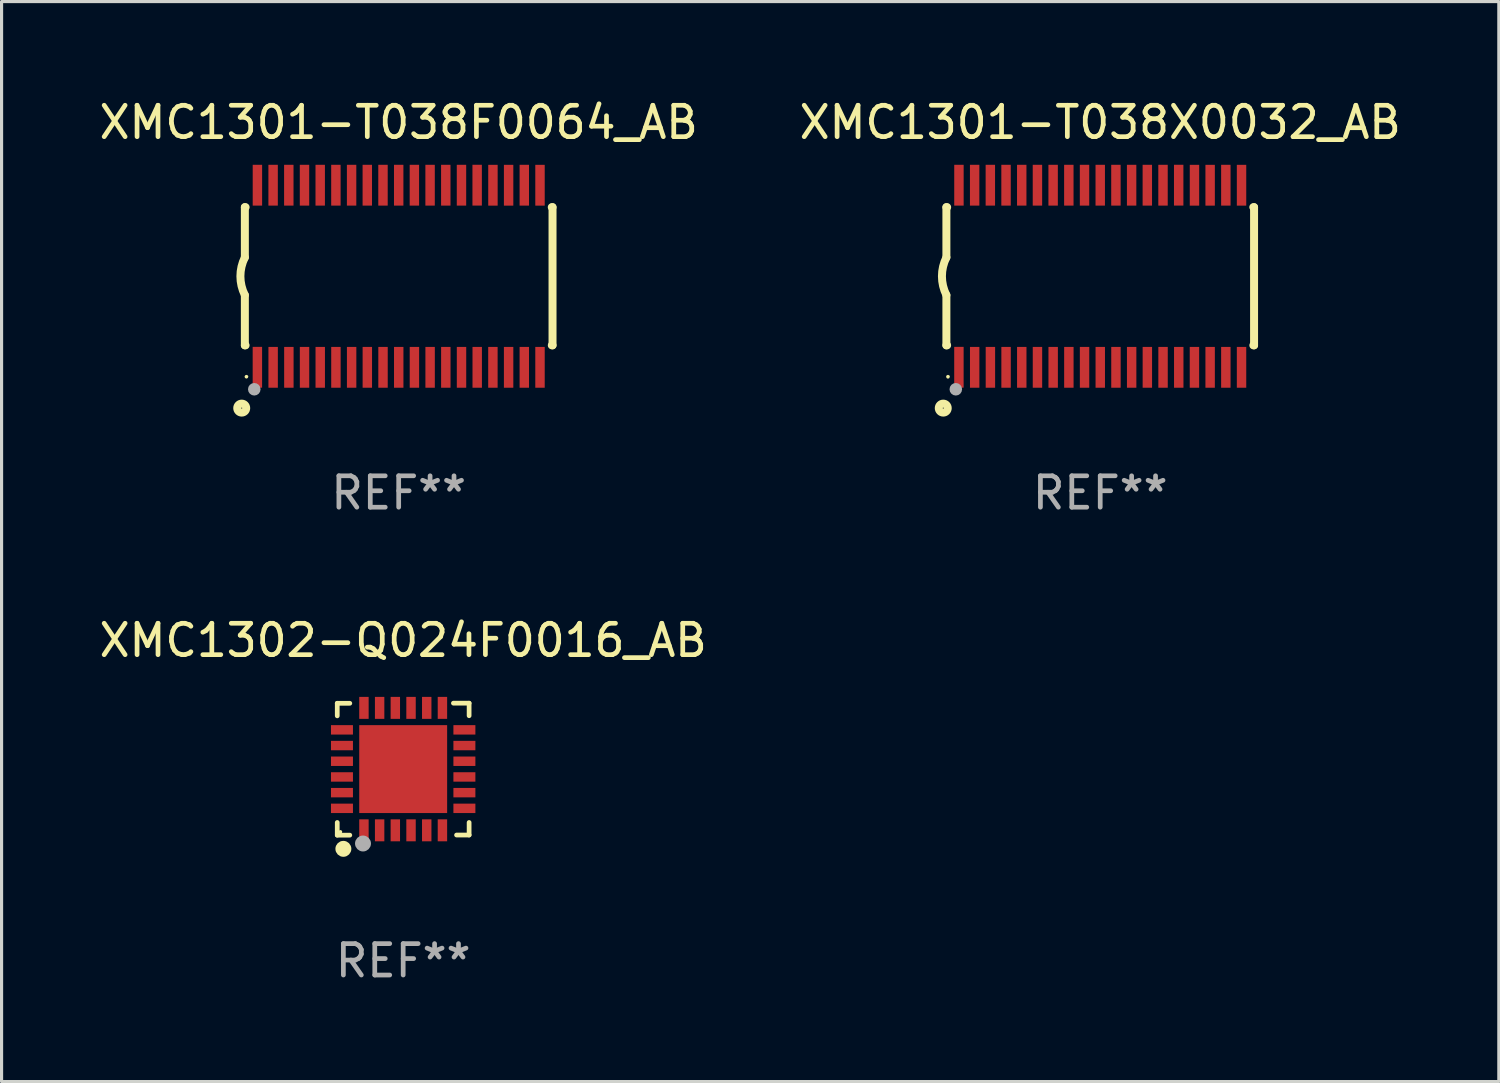
<source format=kicad_pcb>
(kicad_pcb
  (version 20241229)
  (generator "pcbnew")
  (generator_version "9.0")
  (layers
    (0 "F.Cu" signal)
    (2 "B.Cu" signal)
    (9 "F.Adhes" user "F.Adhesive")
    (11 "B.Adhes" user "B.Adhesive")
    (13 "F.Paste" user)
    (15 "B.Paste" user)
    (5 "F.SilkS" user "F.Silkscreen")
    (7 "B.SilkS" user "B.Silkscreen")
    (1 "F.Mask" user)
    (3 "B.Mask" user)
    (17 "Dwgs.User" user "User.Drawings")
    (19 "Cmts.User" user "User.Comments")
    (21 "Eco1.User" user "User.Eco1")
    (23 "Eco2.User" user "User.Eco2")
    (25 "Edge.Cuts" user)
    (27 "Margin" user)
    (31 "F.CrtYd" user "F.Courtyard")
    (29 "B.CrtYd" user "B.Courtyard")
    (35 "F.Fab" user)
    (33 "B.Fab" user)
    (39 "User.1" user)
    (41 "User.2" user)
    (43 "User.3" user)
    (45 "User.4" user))
  (footprint "XMC1301-T038F0064_AB"
    (layer "F.Cu")
    (at 9.649 5.749)
    (property "Reference" "XMC1301-T038F0064_AB" (at 0 -4.901 0) (layer "F.SilkS") (effects (font (size 1 1) (thickness 0.15))))
    (attr through_hole)
    (fp_line (start -4.9 -2.2) (end -4.9 -0.6) (stroke (width 0.254) (type solid)) (layer "F.SilkS"))
    (fp_line (start -4.9 -2.2) (end -4.876 -2.2) (stroke (width 0.254) (type solid)) (layer "F.SilkS"))
    (fp_line (start -4.9 2.2) (end -4.9 0.6) (stroke (width 0.254) (type solid)) (layer "F.SilkS"))
    (fp_line (start -4.9 2.2) (end -4.877 2.2) (stroke (width 0.254) (type solid)) (layer "F.SilkS"))
    (fp_line (start 4.876 -2.2) (end 4.9 -2.2) (stroke (width 0.254) (type solid)) (layer "F.SilkS"))
    (fp_line (start 4.877 2.2) (end 4.9 2.2) (stroke (width 0.254) (type solid)) (layer "F.SilkS"))
    (fp_line (start 4.9 -2.2) (end 4.9 2.2) (stroke (width 0.254) (type solid)) (layer "F.SilkS"))
    (fp_arc (start -4.900051 0.599822) (mid -5.041652 -0.000095) (end -4.9 -0.6) (stroke (width 0.254001) (type solid)) (layer "F.SilkS"))
    (fp_circle (center -5 4.2) (end -4.857 4.2) (stroke (width 0.254) (type solid)) (fill no) (layer "F.SilkS"))
    (fp_circle (center -4.85 3.2) (end -4.82 3.2) (stroke (width 0.06) (type solid)) (fill no) (layer "F.SilkS"))
    (fp_circle (center -4.6 3.6) (end -4.5 3.6) (stroke (width 0.2) (type solid)) (fill no) (layer "F.Fab"))
    (fp_text user "REF**" (at 0 6.901 0) (layer "F.Fab") (effects (font (size 1 1) (thickness 0.15))))
    (pad "1" smd rect (at -4.501 2.899 90) (size 1.3 0.3) (layers "F.Cu" "F.Mask" "F.Paste"))
    (pad "2" smd rect (at -3.999 2.901 90) (size 1.3 0.3) (layers "F.Cu" "F.Mask" "F.Paste"))
    (pad "3" smd rect (at -3.498 2.901 90) (size 1.3 0.3) (layers "F.Cu" "F.Mask" "F.Paste"))
    (pad "4" smd rect (at -2.999 2.901 90) (size 1.3 0.3) (layers "F.Cu" "F.Mask" "F.Paste"))
    (pad "5" smd rect (at -2.499 2.901 90) (size 1.3 0.3) (layers "F.Cu" "F.Mask" "F.Paste"))
    (pad "6" smd rect (at -1.999 2.901 90) (size 1.3 0.3) (layers "F.Cu" "F.Mask" "F.Paste"))
    (pad "7" smd rect (at -1.499 2.901 90) (size 1.3 0.3) (layers "F.Cu" "F.Mask" "F.Paste"))
    (pad "8" smd rect (at -0.999 2.901 90) (size 1.3 0.3) (layers "F.Cu" "F.Mask" "F.Paste"))
    (pad "9" smd rect (at -0.499 2.901 90) (size 1.3 0.3) (layers "F.Cu" "F.Mask" "F.Paste"))
    (pad "10" smd rect (at 0.001 2.901 90) (size 1.3 0.3) (layers "F.Cu" "F.Mask" "F.Paste"))
    (pad "11" smd rect (at 0.501 2.901 90) (size 1.3 0.3) (layers "F.Cu" "F.Mask" "F.Paste"))
    (pad "12" smd rect (at 1.001 2.901 90) (size 1.3 0.3) (layers "F.Cu" "F.Mask" "F.Paste"))
    (pad "13" smd rect (at 1.501 2.901 90) (size 1.3 0.3) (layers "F.Cu" "F.Mask" "F.Paste"))
    (pad "14" smd rect (at 2.001 2.901 90) (size 1.3 0.3) (layers "F.Cu" "F.Mask" "F.Paste"))
    (pad "15" smd rect (at 2.501 2.901 90) (size 1.3 0.3) (layers "F.Cu" "F.Mask" "F.Paste"))
    (pad "16" smd rect (at 3.001 2.901 90) (size 1.3 0.3) (layers "F.Cu" "F.Mask" "F.Paste"))
    (pad "17" smd rect (at 3.501 2.901 90) (size 1.3 0.3) (layers "F.Cu" "F.Mask" "F.Paste"))
    (pad "18" smd rect (at 4.001 2.901 90) (size 1.3 0.3) (layers "F.Cu" "F.Mask" "F.Paste"))
    (pad "19" smd rect (at 4.501 2.901 90) (size 1.3 0.3) (layers "F.Cu" "F.Mask" "F.Paste"))
    (pad "20" smd rect (at 4.501 -2.899 90) (size 1.3 0.3) (layers "F.Cu" "F.Mask" "F.Paste"))
    (pad "21" smd rect (at 4.001 -2.9 90) (size 1.3 0.3) (layers "F.Cu" "F.Mask" "F.Paste"))
    (pad "22" smd rect (at 3.501 -2.899 90) (size 1.3 0.3) (layers "F.Cu" "F.Mask" "F.Paste"))
    (pad "23" smd rect (at 3.002 -2.899 90) (size 1.3 0.3) (layers "F.Cu" "F.Mask" "F.Paste"))
    (pad "24" smd rect (at 2.499 -2.901 90) (size 1.3 0.3) (layers "F.Cu" "F.Mask" "F.Paste"))
    (pad "25" smd rect (at 2 -2.9 90) (size 1.3 0.3) (layers "F.Cu" "F.Mask" "F.Paste"))
    (pad "26" smd rect (at 1.5 -2.9 90) (size 1.3 0.3) (layers "F.Cu" "F.Mask" "F.Paste"))
    (pad "27" smd rect (at 1 -2.9 90) (size 1.3 0.3) (layers "F.Cu" "F.Mask" "F.Paste"))
    (pad "28" smd rect (at 0.5 -2.9 90) (size 1.3 0.3) (layers "F.Cu" "F.Mask" "F.Paste"))
    (pad "29" smd rect (at 0.000127 -2.9 90) (size 1.3 0.3) (layers "F.Cu" "F.Mask" "F.Paste"))
    (pad "30" smd rect (at -0.5 -2.9 90) (size 1.3 0.3) (layers "F.Cu" "F.Mask" "F.Paste"))
    (pad "31" smd rect (at -1 -2.9 90) (size 1.3 0.3) (layers "F.Cu" "F.Mask" "F.Paste"))
    (pad "32" smd rect (at -1.5 -2.9 90) (size 1.3 0.3) (layers "F.Cu" "F.Mask" "F.Paste"))
    (pad "33" smd rect (at -2 -2.9 90) (size 1.3 0.3) (layers "F.Cu" "F.Mask" "F.Paste"))
    (pad "34" smd rect (at -2.5 -2.9 90) (size 1.3 0.3) (layers "F.Cu" "F.Mask" "F.Paste"))
    (pad "35" smd rect (at -3 -2.9 90) (size 1.3 0.3) (layers "F.Cu" "F.Mask" "F.Paste"))
    (pad "36" smd rect (at -3.5 -2.9 90) (size 1.3 0.3) (layers "F.Cu" "F.Mask" "F.Paste"))
    (pad "37" smd rect (at -4 -2.9 90) (size 1.3 0.3) (layers "F.Cu" "F.Mask" "F.Paste"))
    (pad "38" smd rect (at -4.5 -2.9 90) (size 1.3 0.3) (layers "F.Cu" "F.Mask" "F.Paste")))
  (footprint "XMC1301-T038X0032_AB"
    (layer "F.Cu")
    (at 31.994 5.749)
    (property "Reference" "XMC1301-T038X0032_AB" (at 0 -4.901 0) (layer "F.SilkS") (effects (font (size 1 1) (thickness 0.15))))
    (attr through_hole)
    (fp_line (start -4.9 -2.2) (end -4.9 -0.6) (stroke (width 0.254) (type solid)) (layer "F.SilkS"))
    (fp_line (start -4.9 -2.2) (end -4.876 -2.2) (stroke (width 0.254) (type solid)) (layer "F.SilkS"))
    (fp_line (start -4.9 2.2) (end -4.9 0.6) (stroke (width 0.254) (type solid)) (layer "F.SilkS"))
    (fp_line (start -4.9 2.2) (end -4.877 2.2) (stroke (width 0.254) (type solid)) (layer "F.SilkS"))
    (fp_line (start 4.876 -2.2) (end 4.9 -2.2) (stroke (width 0.254) (type solid)) (layer "F.SilkS"))
    (fp_line (start 4.877 2.2) (end 4.9 2.2) (stroke (width 0.254) (type solid)) (layer "F.SilkS"))
    (fp_line (start 4.9 -2.2) (end 4.9 2.2) (stroke (width 0.254) (type solid)) (layer "F.SilkS"))
    (fp_arc (start -4.900051 0.599822) (mid -5.041652 -0.000095) (end -4.9 -0.6) (stroke (width 0.254001) (type solid)) (layer "F.SilkS"))
    (fp_circle (center -5 4.2) (end -4.857 4.2) (stroke (width 0.254) (type solid)) (fill no) (layer "F.SilkS"))
    (fp_circle (center -4.85 3.2) (end -4.82 3.2) (stroke (width 0.06) (type solid)) (fill no) (layer "F.SilkS"))
    (fp_circle (center -4.6 3.6) (end -4.5 3.6) (stroke (width 0.2) (type solid)) (fill no) (layer "F.Fab"))
    (fp_text user "REF**" (at 0 6.901 0) (layer "F.Fab") (effects (font (size 1 1) (thickness 0.15))))
    (pad "1" smd rect (at -4.501 2.899 90) (size 1.3 0.3) (layers "F.Cu" "F.Mask" "F.Paste"))
    (pad "2" smd rect (at -3.999 2.901 90) (size 1.3 0.3) (layers "F.Cu" "F.Mask" "F.Paste"))
    (pad "3" smd rect (at -3.498 2.901 90) (size 1.3 0.3) (layers "F.Cu" "F.Mask" "F.Paste"))
    (pad "4" smd rect (at -2.999 2.901 90) (size 1.3 0.3) (layers "F.Cu" "F.Mask" "F.Paste"))
    (pad "5" smd rect (at -2.499 2.901 90) (size 1.3 0.3) (layers "F.Cu" "F.Mask" "F.Paste"))
    (pad "6" smd rect (at -1.999 2.901 90) (size 1.3 0.3) (layers "F.Cu" "F.Mask" "F.Paste"))
    (pad "7" smd rect (at -1.499 2.901 90) (size 1.3 0.3) (layers "F.Cu" "F.Mask" "F.Paste"))
    (pad "8" smd rect (at -0.999 2.901 90) (size 1.3 0.3) (layers "F.Cu" "F.Mask" "F.Paste"))
    (pad "9" smd rect (at -0.499 2.901 90) (size 1.3 0.3) (layers "F.Cu" "F.Mask" "F.Paste"))
    (pad "10" smd rect (at 0.001 2.901 90) (size 1.3 0.3) (layers "F.Cu" "F.Mask" "F.Paste"))
    (pad "11" smd rect (at 0.501 2.901 90) (size 1.3 0.3) (layers "F.Cu" "F.Mask" "F.Paste"))
    (pad "12" smd rect (at 1.001 2.901 90) (size 1.3 0.3) (layers "F.Cu" "F.Mask" "F.Paste"))
    (pad "13" smd rect (at 1.501 2.901 90) (size 1.3 0.3) (layers "F.Cu" "F.Mask" "F.Paste"))
    (pad "14" smd rect (at 2.001 2.901 90) (size 1.3 0.3) (layers "F.Cu" "F.Mask" "F.Paste"))
    (pad "15" smd rect (at 2.501 2.901 90) (size 1.3 0.3) (layers "F.Cu" "F.Mask" "F.Paste"))
    (pad "16" smd rect (at 3.001 2.901 90) (size 1.3 0.3) (layers "F.Cu" "F.Mask" "F.Paste"))
    (pad "17" smd rect (at 3.501 2.901 90) (size 1.3 0.3) (layers "F.Cu" "F.Mask" "F.Paste"))
    (pad "18" smd rect (at 4.001 2.901 90) (size 1.3 0.3) (layers "F.Cu" "F.Mask" "F.Paste"))
    (pad "19" smd rect (at 4.501 2.901 90) (size 1.3 0.3) (layers "F.Cu" "F.Mask" "F.Paste"))
    (pad "20" smd rect (at 4.501 -2.899 90) (size 1.3 0.3) (layers "F.Cu" "F.Mask" "F.Paste"))
    (pad "21" smd rect (at 4.001 -2.9 90) (size 1.3 0.3) (layers "F.Cu" "F.Mask" "F.Paste"))
    (pad "22" smd rect (at 3.501 -2.899 90) (size 1.3 0.3) (layers "F.Cu" "F.Mask" "F.Paste"))
    (pad "23" smd rect (at 3.002 -2.899 90) (size 1.3 0.3) (layers "F.Cu" "F.Mask" "F.Paste"))
    (pad "24" smd rect (at 2.499 -2.901 90) (size 1.3 0.3) (layers "F.Cu" "F.Mask" "F.Paste"))
    (pad "25" smd rect (at 2 -2.9 90) (size 1.3 0.3) (layers "F.Cu" "F.Mask" "F.Paste"))
    (pad "26" smd rect (at 1.5 -2.9 90) (size 1.3 0.3) (layers "F.Cu" "F.Mask" "F.Paste"))
    (pad "27" smd rect (at 1 -2.9 90) (size 1.3 0.3) (layers "F.Cu" "F.Mask" "F.Paste"))
    (pad "28" smd rect (at 0.5 -2.9 90) (size 1.3 0.3) (layers "F.Cu" "F.Mask" "F.Paste"))
    (pad "29" smd rect (at 0.000127 -2.9 90) (size 1.3 0.3) (layers "F.Cu" "F.Mask" "F.Paste"))
    (pad "30" smd rect (at -0.5 -2.9 90) (size 1.3 0.3) (layers "F.Cu" "F.Mask" "F.Paste"))
    (pad "31" smd rect (at -1 -2.9 90) (size 1.3 0.3) (layers "F.Cu" "F.Mask" "F.Paste"))
    (pad "32" smd rect (at -1.5 -2.9 90) (size 1.3 0.3) (layers "F.Cu" "F.Mask" "F.Paste"))
    (pad "33" smd rect (at -2 -2.9 90) (size 1.3 0.3) (layers "F.Cu" "F.Mask" "F.Paste"))
    (pad "34" smd rect (at -2.5 -2.9 90) (size 1.3 0.3) (layers "F.Cu" "F.Mask" "F.Paste"))
    (pad "35" smd rect (at -3 -2.9 90) (size 1.3 0.3) (layers "F.Cu" "F.Mask" "F.Paste"))
    (pad "36" smd rect (at -3.5 -2.9 90) (size 1.3 0.3) (layers "F.Cu" "F.Mask" "F.Paste"))
    (pad "37" smd rect (at -4 -2.9 90) (size 1.3 0.3) (layers "F.Cu" "F.Mask" "F.Paste"))
    (pad "38" smd rect (at -4.5 -2.9 90) (size 1.3 0.3) (layers "F.Cu" "F.Mask" "F.Paste")))
  (footprint "XMC1302-Q024F0016_AB"
    (layer "F.Cu")
    (at 9.792 21.449)
    (property "Reference" "XMC1302-Q024F0016_AB" (at 0 -4.102 0) (layer "F.SilkS") (effects (font (size 1 1) (thickness 0.15))))
    (attr through_hole)
    (fp_line (start -2.1 -2.098) (end -1.7 -2.098) (stroke (width 0.15) (type solid)) (layer "F.SilkS"))
    (fp_line (start -2.1 -1.698) (end -2.1 -2.098) (stroke (width 0.15) (type solid)) (layer "F.SilkS"))
    (fp_line (start -2.1 2.102) (end -2.1 1.698) (stroke (width 0.15) (type solid)) (layer "F.SilkS"))
    (fp_line (start -1.7 2.102) (end -2.1 2.102) (stroke (width 0.15) (type solid)) (layer "F.SilkS"))
    (fp_line (start 1.6 -2.102) (end 2.1 -2.102) (stroke (width 0.15) (type solid)) (layer "F.SilkS"))
    (fp_line (start 1.7 2.098) (end 2.1 2.098) (stroke (width 0.15) (type solid)) (layer "F.SilkS"))
    (fp_line (start 2.1 -2.102) (end 2.1 -1.702) (stroke (width 0.15) (type solid)) (layer "F.SilkS"))
    (fp_line (start 2.1 2.098) (end 2.1 1.698) (stroke (width 0.15) (type solid)) (layer "F.SilkS"))
    (fp_circle (center -2 1.998) (end -1.97 1.998) (stroke (width 0.06) (type solid)) (fill no) (layer "F.SilkS"))
    (fp_circle (center -1.905 2.538) (end -1.778 2.538) (stroke (width 0.254) (type solid)) (fill no) (layer "F.SilkS"))
    (fp_circle (center -1.28 2.368) (end -1.153 2.368) (stroke (width 0.254) (type solid)) (fill no) (layer "F.Fab"))
    (fp_text user "REF**" (at 0 6.102 0) (layer "F.Fab") (effects (font (size 1 1) (thickness 0.15))))
    (pad "1" smd rect (at -1.25 1.948 180) (size 0.3 0.7) (layers "F.Cu" "F.Mask" "F.Paste"))
    (pad "2" smd rect (at -0.75 1.948 180) (size 0.3 0.7) (layers "F.Cu" "F.Mask" "F.Paste"))
    (pad "3" smd rect (at -0.25 1.948 180) (size 0.3 0.7) (layers "F.Cu" "F.Mask" "F.Paste"))
    (pad "4" smd rect (at 0.25 1.948 180) (size 0.3 0.7) (layers "F.Cu" "F.Mask" "F.Paste"))
    (pad "5" smd rect (at 0.75 1.948 180) (size 0.3 0.7) (layers "F.Cu" "F.Mask" "F.Paste"))
    (pad "6" smd rect (at 1.25 1.948 180) (size 0.3 0.7) (layers "F.Cu" "F.Mask" "F.Paste"))
    (pad "7" smd rect (at 1.95 1.248 270) (size 0.3 0.7) (layers "F.Cu" "F.Mask" "F.Paste"))
    (pad "8" smd rect (at 1.95 0.748 270) (size 0.3 0.7) (layers "F.Cu" "F.Mask" "F.Paste"))
    (pad "9" smd rect (at 1.95 0.248 270) (size 0.3 0.7) (layers "F.Cu" "F.Mask" "F.Paste"))
    (pad "10" smd rect (at 1.95 -0.252 270) (size 0.3 0.7) (layers "F.Cu" "F.Mask" "F.Paste"))
    (pad "11" smd rect (at 1.95 -0.752 270) (size 0.3 0.7) (layers "F.Cu" "F.Mask" "F.Paste"))
    (pad "12" smd rect (at 1.95 -1.252 270) (size 0.3 0.7) (layers "F.Cu" "F.Mask" "F.Paste"))
    (pad "13" smd rect (at 1.25 -1.952) (size 0.3 0.7) (layers "F.Cu" "F.Mask" "F.Paste"))
    (pad "14" smd rect (at 0.75 -1.952) (size 0.3 0.7) (layers "F.Cu" "F.Mask" "F.Paste"))
    (pad "15" smd rect (at 0.25 -1.952) (size 0.3 0.7) (layers "F.Cu" "F.Mask" "F.Paste"))
    (pad "16" smd rect (at -0.25 -1.952) (size 0.3 0.7) (layers "F.Cu" "F.Mask" "F.Paste"))
    (pad "17" smd rect (at -0.75 -1.952) (size 0.3 0.7) (layers "F.Cu" "F.Mask" "F.Paste"))
    (pad "18" smd rect (at -1.25 -1.952) (size 0.3 0.7) (layers "F.Cu" "F.Mask" "F.Paste"))
    (pad "19" smd rect (at -1.95 -1.252 90) (size 0.3 0.7) (layers "F.Cu" "F.Mask" "F.Paste"))
    (pad "20" smd rect (at -1.95 -0.752 90) (size 0.3 0.7) (layers "F.Cu" "F.Mask" "F.Paste"))
    (pad "21" smd rect (at -1.95 -0.252 90) (size 0.3 0.7) (layers "F.Cu" "F.Mask" "F.Paste"))
    (pad "22" smd rect (at -1.95 0.248 90) (size 0.3 0.7) (layers "F.Cu" "F.Mask" "F.Paste"))
    (pad "23" smd rect (at -1.95 0.748 90) (size 0.3 0.7) (layers "F.Cu" "F.Mask" "F.Paste"))
    (pad "24" smd rect (at -1.95 1.248 90) (size 0.3 0.7) (layers "F.Cu" "F.Mask" "F.Paste"))
    (pad "25" smd rect (at 0.000038 -0.002) (size 2.8 2.8) (layers "F.Cu" "F.Mask" "F.Paste")))
  (gr_rect
    (start -3 -3)
    (end 44.69 31.399)
    (stroke (width 0.1) (type default))
    (fill no)
    (layer "Edge.Cuts")))
</source>
